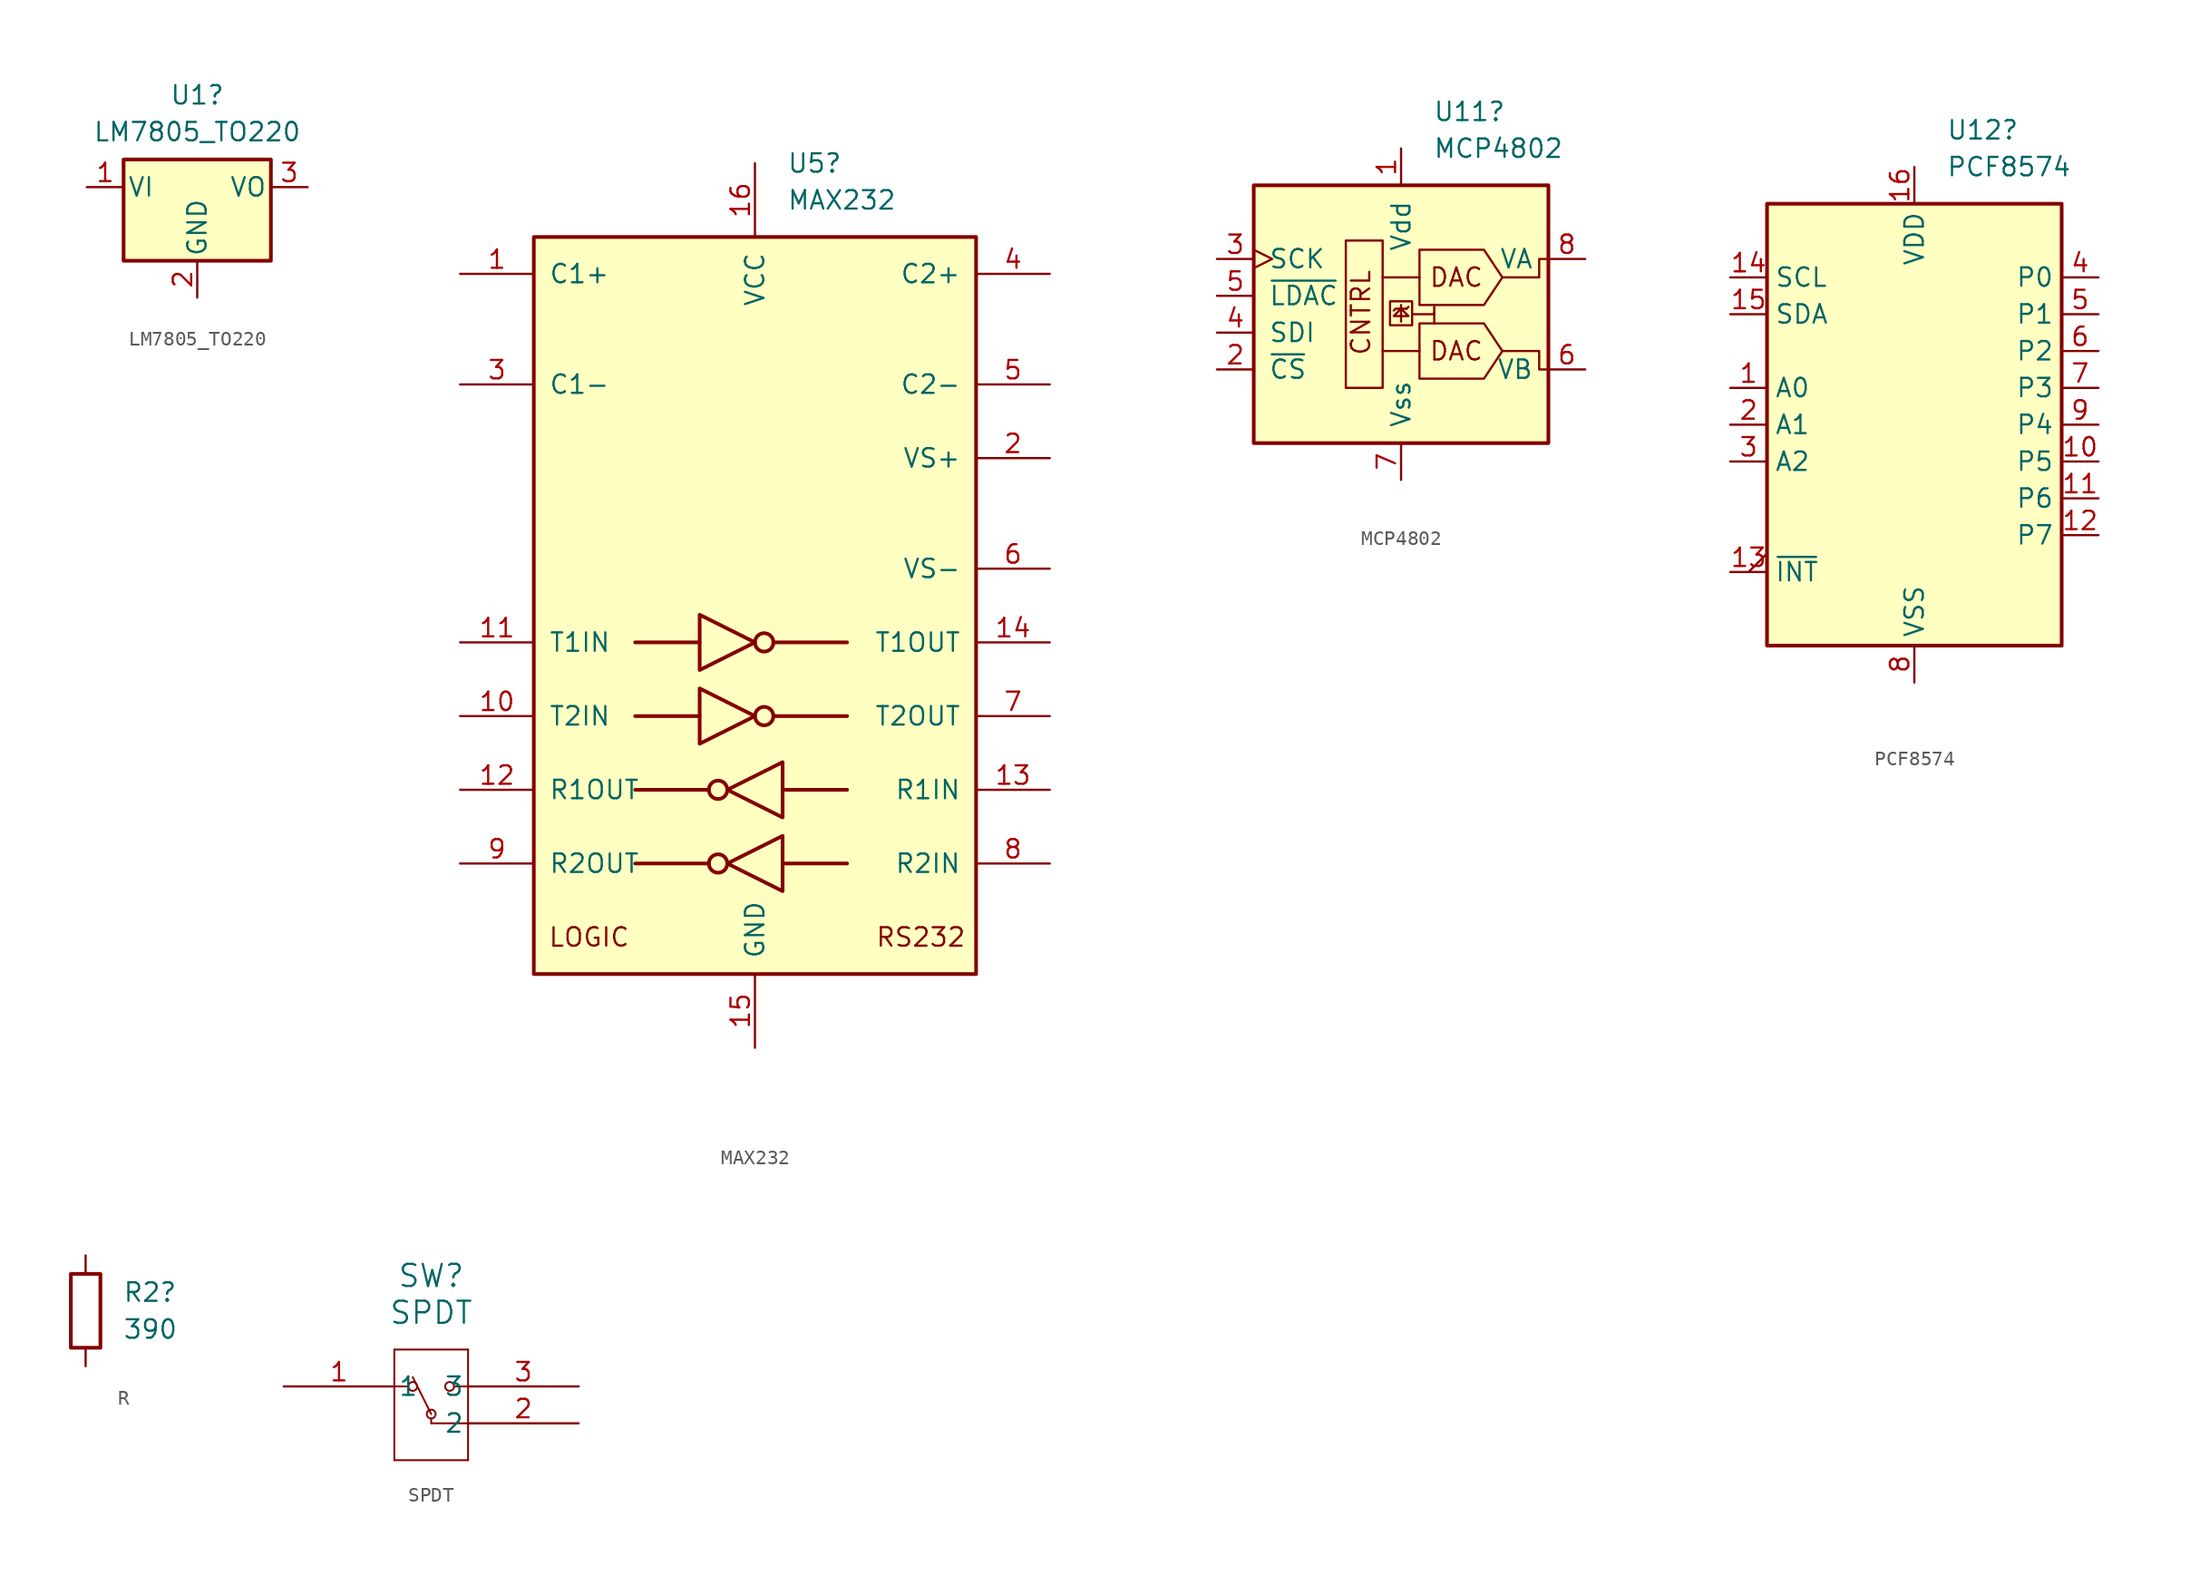
<source format=kicad_sym>
(kicad_symbol_lib
  (version 20231120)
  (generator "kicad_symbol_editor")
  (generator_version "8.0")
  (symbol "LM7805_TO220"
    (pin_names
      (offset 0.254))
    (property "Reference" "U1"
      (at 0 6.35 0)
      (effects (font (size 1.27 1.27))))
    (property "Value" "LM7805_TO220"
      (at 0 3.81 0)
      (effects (font (size 1.27 1.27))))
    (symbol "LM7805_TO220_0_1"
      (rectangle (start -5.08 1.905) (end 5.08 -5.08) (stroke (width 0.254) (type default)) (fill (type background))))
    (symbol "LM7805_TO220_1_1"
      (pin power_in line (at -7.62 0 0) (length 2.54) (name "VI" (effects (font (size 1.27 1.27)))) (number "1" (effects (font (size 1.27 1.27)))))
      (pin power_in line (at 0 -7.62 90) (length 2.54) (name "GND" (effects (font (size 1.27 1.27)))) (number "2" (effects (font (size 1.27 1.27)))))
      (pin power_out line (at 7.62 0 180) (length 2.54) (name "VO" (effects (font (size 1.27 1.27)))) (number "3" (effects (font (size 1.27 1.27)))))))
  (symbol "MAX232"
    (pin_names
      (offset 1.016))
    (property "Reference" "U5"
      (at 2.194 30.48 0)
      (effects (font (size 1.27 1.27)) (justify left)))
    (property "Value" "MAX232"
      (at 2.194 27.94 0)
      (effects (font (size 1.27 1.27)) (justify left)))
    (symbol "MAX232_0_0"
      (text "LOGIC" (at -11.43 -22.86 0) (effects (font (size 1.27 1.27))))
      (text "RS232" (at 11.43 -22.86 0) (effects (font (size 1.27 1.27)))))
    (symbol "MAX232_0_1"
      (rectangle (start -15.24 -25.4) (end 15.24 25.4) (stroke (width 0.254) (type default)) (fill (type background)))
      (circle (center -2.54 -17.78) (radius 0.635) (stroke (width 0.254) (type default)) (fill (type none)))
      (circle (center -2.54 -12.7) (radius 0.635) (stroke (width 0.254) (type default)) (fill (type none)))
      (polyline (pts (xy -3.81 -7.62) (xy -8.255 -7.62)) (stroke (width 0.254) (type default)) (fill (type none)))
      (polyline (pts (xy -3.81 -2.54) (xy -8.255 -2.54)) (stroke (width 0.254) (type default)) (fill (type none)))
      (polyline (pts (xy -3.175 -17.78) (xy -8.255 -17.78)) (stroke (width 0.254) (type default)) (fill (type none)))
      (polyline (pts (xy -3.175 -12.7) (xy -8.255 -12.7)) (stroke (width 0.254) (type default)) (fill (type none)))
      (polyline (pts (xy 1.27 -7.62) (xy 6.35 -7.62)) (stroke (width 0.254) (type default)) (fill (type none)))
      (polyline (pts (xy 1.27 -2.54) (xy 6.35 -2.54)) (stroke (width 0.254) (type default)) (fill (type none)))
      (polyline (pts (xy 1.905 -17.78) (xy 6.35 -17.78)) (stroke (width 0.254) (type default)) (fill (type none)))
      (polyline (pts (xy 1.905 -12.7) (xy 6.35 -12.7)) (stroke (width 0.254) (type default)) (fill (type none)))
      (polyline (pts (xy -3.81 -5.715) (xy -3.81 -9.525) (xy 0 -7.62) (xy -3.81 -5.715)) (stroke (width 0.254) (type default)) (fill (type none)))
      (polyline (pts (xy -3.81 -0.635) (xy -3.81 -4.445) (xy 0 -2.54) (xy -3.81 -0.635)) (stroke (width 0.254) (type default)) (fill (type none)))
      (polyline (pts (xy 1.905 -15.875) (xy 1.905 -19.685) (xy -1.905 -17.78) (xy 1.905 -15.875)) (stroke (width 0.254) (type default)) (fill (type none)))
      (polyline (pts (xy 1.905 -10.795) (xy 1.905 -14.605) (xy -1.905 -12.7) (xy 1.905 -10.795)) (stroke (width 0.254) (type default)) (fill (type none)))
      (circle (center 0.635 -7.62) (radius 0.635) (stroke (width 0.254) (type default)) (fill (type none)))
      (circle (center 0.635 -2.54) (radius 0.635) (stroke (width 0.254) (type default)) (fill (type none))))
    (symbol "MAX232_1_1"
      (pin passive line (at -20.32 22.86 0) (length 5.08) (name "C1+" (effects (font (size 1.27 1.27)))) (number "1" (effects (font (size 1.27 1.27)))))
      (pin input line (at -20.32 -7.62 0) (length 5.08) (name "T2IN" (effects (font (size 1.27 1.27)))) (number "10" (effects (font (size 1.27 1.27)))))
      (pin input line (at -20.32 -2.54 0) (length 5.08) (name "T1IN" (effects (font (size 1.27 1.27)))) (number "11" (effects (font (size 1.27 1.27)))))
      (pin output line (at -20.32 -12.7 0) (length 5.08) (name "R1OUT" (effects (font (size 1.27 1.27)))) (number "12" (effects (font (size 1.27 1.27)))))
      (pin input line (at 20.32 -12.7 180) (length 5.08) (name "R1IN" (effects (font (size 1.27 1.27)))) (number "13" (effects (font (size 1.27 1.27)))))
      (pin output line (at 20.32 -2.54 180) (length 5.08) (name "T1OUT" (effects (font (size 1.27 1.27)))) (number "14" (effects (font (size 1.27 1.27)))))
      (pin power_in line (at 0 -30.48 90) (length 5.08) (name "GND" (effects (font (size 1.27 1.27)))) (number "15" (effects (font (size 1.27 1.27)))))
      (pin power_in line (at 0 30.48 270) (length 5.08) (name "VCC" (effects (font (size 1.27 1.27)))) (number "16" (effects (font (size 1.27 1.27)))))
      (pin power_out line (at 20.32 10.16 180) (length 5.08) (name "VS+" (effects (font (size 1.27 1.27)))) (number "2" (effects (font (size 1.27 1.27)))))
      (pin passive line (at -20.32 15.24 0) (length 5.08) (name "C1-" (effects (font (size 1.27 1.27)))) (number "3" (effects (font (size 1.27 1.27)))))
      (pin passive line (at 20.32 22.86 180) (length 5.08) (name "C2+" (effects (font (size 1.27 1.27)))) (number "4" (effects (font (size 1.27 1.27)))))
      (pin passive line (at 20.32 15.24 180) (length 5.08) (name "C2-" (effects (font (size 1.27 1.27)))) (number "5" (effects (font (size 1.27 1.27)))))
      (pin power_out line (at 20.32 2.54 180) (length 5.08) (name "VS-" (effects (font (size 1.27 1.27)))) (number "6" (effects (font (size 1.27 1.27)))))
      (pin output line (at 20.32 -7.62 180) (length 5.08) (name "T2OUT" (effects (font (size 1.27 1.27)))) (number "7" (effects (font (size 1.27 1.27)))))
      (pin input line (at 20.32 -17.78 180) (length 5.08) (name "R2IN" (effects (font (size 1.27 1.27)))) (number "8" (effects (font (size 1.27 1.27)))))
      (pin output line (at -20.32 -17.78 0) (length 5.08) (name "R2OUT" (effects (font (size 1.27 1.27)))) (number "9" (effects (font (size 1.27 1.27)))))))
  (symbol "MCP4802"
    (pin_names
      (offset 1.016))
    (property "Reference" "U11"
      (at 2.194 12.7 0)
      (effects (font (size 1.27 1.27)) (justify left)))
    (property "Value" "MCP4802"
      (at 2.194 10.16 0)
      (effects (font (size 1.27 1.27)) (justify left)))
    (symbol "MCP4802_0_0"
      (polyline (pts (xy 0 -1.778) (xy 0 -0.635)) (stroke (width 0) (type default)) (fill (type none)))
      (polyline (pts (xy 0.381 -0.889) (xy 0.508 -0.762)) (stroke (width 0) (type default)) (fill (type none)))
      (polyline (pts (xy 2.286 -1.143) (xy 2.286 -1.905)) (stroke (width 0) (type default)) (fill (type none)))
      (polyline (pts (xy 0.381 -0.889) (xy -0.381 -0.889) (xy -0.508 -1.016)) (stroke (width 0) (type default)) (fill (type none)))
      (polyline (pts (xy 0.762 -1.27) (xy 2.286 -1.27) (xy 2.286 -0.762)) (stroke (width 0) (type default)) (fill (type none)))
      (polyline (pts (xy 0 -0.889) (xy 0.508 -1.397) (xy -0.508 -1.397) (xy 0 -0.889)) (stroke (width 0) (type default)) (fill (type none)))
      (polyline (pts (xy 6.985 -3.81) (xy 9.525 -3.81) (xy 9.525 -5.08) (xy 10.16 -5.08)) (stroke (width 0) (type default)) (fill (type none)))
      (polyline (pts (xy 6.985 1.27) (xy 9.525 1.27) (xy 9.525 2.54) (xy 10.16 2.54)) (stroke (width 0) (type default)) (fill (type none)))
      (rectangle (start 0.762 -0.381) (end -0.762 -2.032) (stroke (width 0) (type default)) (fill (type none)))
      (text "CNTRL" (at -2.032 -4.191 900) (effects (font (size 1.27 1.27)) (justify left bottom)))
      (text "DAC" (at 3.81 -3.81 0) (effects (font (size 1.27 1.27))))
      (text "DAC" (at 3.81 1.27 0) (effects (font (size 1.27 1.27)))))
    (symbol "MCP4802_0_1"
      (rectangle (start -10.16 7.62) (end 10.16 -10.16) (stroke (width 0.254) (type default)) (fill (type background)))
      (rectangle (start -1.27 -6.35) (end -3.81 3.81) (stroke (width 0) (type default)) (fill (type none)))
      (polyline (pts (xy 1.27 -3.81) (xy -1.27 -3.81)) (stroke (width 0) (type default)) (fill (type none)))
      (polyline (pts (xy 1.27 1.27) (xy -1.27 1.27)) (stroke (width 0) (type default)) (fill (type none)))
      (polyline (pts (xy 6.985 -3.81) (xy 5.715 -1.905) (xy 1.27 -1.905) (xy 1.27 -5.715) (xy 5.715 -5.715) (xy 6.985 -3.81)) (stroke (width 0) (type default)) (fill (type none)))
      (polyline (pts (xy 6.985 1.27) (xy 5.715 3.175) (xy 1.27 3.175) (xy 1.27 -0.635) (xy 5.715 -0.635) (xy 6.985 1.27)) (stroke (width 0) (type default)) (fill (type none))))
    (symbol "MCP4802_1_1"
      (pin power_in line (at 0 10.16 270) (length 2.54) (name "Vdd" (effects (font (size 1.27 1.27)))) (number "1" (effects (font (size 1.27 1.27)))))
      (pin input line (at -12.7 -5.08 0) (length 2.54) (name "~{CS}" (effects (font (size 1.27 1.27)))) (number "2" (effects (font (size 1.27 1.27)))))
      (pin input clock (at -12.7 2.54 0) (length 2.54) (name "SCK" (effects (font (size 1.27 1.27)))) (number "3" (effects (font (size 1.27 1.27)))))
      (pin input line (at -12.7 -2.54 0) (length 2.54) (name "SDI" (effects (font (size 1.27 1.27)))) (number "4" (effects (font (size 1.27 1.27)))))
      (pin input line (at -12.7 0 0) (length 2.54) (name "~{LDAC}" (effects (font (size 1.27 1.27)))) (number "5" (effects (font (size 1.27 1.27)))))
      (pin output line (at 12.7 -5.08 180) (length 2.54) (name "VB" (effects (font (size 1.27 1.27)))) (number "6" (effects (font (size 1.27 1.27)))))
      (pin power_in line (at 0 -12.7 90) (length 2.54) (name "Vss" (effects (font (size 1.27 1.27)))) (number "7" (effects (font (size 1.27 1.27)))))
      (pin output line (at 12.7 2.54 180) (length 2.54) (name "VA" (effects (font (size 1.27 1.27)))) (number "8" (effects (font (size 1.27 1.27)))))))
  (symbol "PCF8574"
    (property "Reference" "U12"
      (at 2.194 20.32 0)
      (effects (font (size 1.27 1.27)) (justify left)))
    (property "Value" "PCF8574"
      (at 2.194 17.78 0)
      (effects (font (size 1.27 1.27)) (justify left)))
    (symbol "PCF8574_0_1"
      (rectangle (start -10.16 15.24) (end 10.16 -15.24) (stroke (width 0.254) (type default)) (fill (type background))))
    (symbol "PCF8574_1_1"
      (pin input line (at -12.7 2.54 0) (length 2.54) (name "A0" (effects (font (size 1.27 1.27)))) (number "1" (effects (font (size 1.27 1.27)))))
      (pin bidirectional line (at 12.7 -2.54 180) (length 2.54) (name "P5" (effects (font (size 1.27 1.27)))) (number "10" (effects (font (size 1.27 1.27)))))
      (pin bidirectional line (at 12.7 -5.08 180) (length 2.54) (name "P6" (effects (font (size 1.27 1.27)))) (number "11" (effects (font (size 1.27 1.27)))))
      (pin bidirectional line (at 12.7 -7.62 180) (length 2.54) (name "P7" (effects (font (size 1.27 1.27)))) (number "12" (effects (font (size 1.27 1.27)))))
      (pin open_collector output_low (at -12.7 -10.16 0) (length 2.54) (name "~{INT}" (effects (font (size 1.27 1.27)))) (number "13" (effects (font (size 1.27 1.27)))))
      (pin input line (at -12.7 10.16 0) (length 2.54) (name "SCL" (effects (font (size 1.27 1.27)))) (number "14" (effects (font (size 1.27 1.27)))))
      (pin bidirectional line (at -12.7 7.62 0) (length 2.54) (name "SDA" (effects (font (size 1.27 1.27)))) (number "15" (effects (font (size 1.27 1.27)))))
      (pin power_in line (at 0 17.78 270) (length 2.54) (name "VDD" (effects (font (size 1.27 1.27)))) (number "16" (effects (font (size 1.27 1.27)))))
      (pin input line (at -12.7 0 0) (length 2.54) (name "A1" (effects (font (size 1.27 1.27)))) (number "2" (effects (font (size 1.27 1.27)))))
      (pin input line (at -12.7 -2.54 0) (length 2.54) (name "A2" (effects (font (size 1.27 1.27)))) (number "3" (effects (font (size 1.27 1.27)))))
      (pin bidirectional line (at 12.7 10.16 180) (length 2.54) (name "P0" (effects (font (size 1.27 1.27)))) (number "4" (effects (font (size 1.27 1.27)))))
      (pin bidirectional line (at 12.7 7.62 180) (length 2.54) (name "P1" (effects (font (size 1.27 1.27)))) (number "5" (effects (font (size 1.27 1.27)))))
      (pin bidirectional line (at 12.7 5.08 180) (length 2.54) (name "P2" (effects (font (size 1.27 1.27)))) (number "6" (effects (font (size 1.27 1.27)))))
      (pin bidirectional line (at 12.7 2.54 180) (length 2.54) (name "P3" (effects (font (size 1.27 1.27)))) (number "7" (effects (font (size 1.27 1.27)))))
      (pin power_in line (at 0 -17.78 90) (length 2.54) (name "VSS" (effects (font (size 1.27 1.27)))) (number "8" (effects (font (size 1.27 1.27)))))
      (pin bidirectional line (at 12.7 0 180) (length 2.54) (name "P4" (effects (font (size 1.27 1.27)))) (number "9" (effects (font (size 1.27 1.27)))))))
  (symbol "R"
    (pin_numbers hide)
    (pin_names
      (offset 0))
    (property "Reference" "R2"
      (at 2.54 1.27 0)
      (effects (font (size 1.27 1.27)) (justify left)))
    (property "Value" "390"
      (at 2.54 -1.27 0)
      (effects (font (size 1.27 1.27)) (justify left)))
    (symbol "R_0_1"
      (rectangle (start -1.016 -2.54) (end 1.016 2.54) (stroke (width 0.254) (type default)) (fill (type none))))
    (symbol "R_1_1"
      (pin passive line (at 0 3.81 270) (length 1.27) (name "~" (effects (font (size 1.27 1.27)))) (number "1" (effects (font (size 1.27 1.27)))))
      (pin passive line (at 0 -3.81 90) (length 1.27) (name "~" (effects (font (size 1.27 1.27)))) (number "2" (effects (font (size 1.27 1.27)))))))
  (symbol "SPDT"
    (pin_names
      (offset 0.254))
    (property "Reference" "SW"
      (at 10.16 7.62 0)
      (effects (font (size 1.524 1.524))))
    (property "Value" "SPDT"
      (at 10.16 5.08 0)
      (effects (font (size 1.524 1.524))))
    (property "ki_locked" ""
      (at 0 0 0)
      (effects (font (size 1.27 1.27))))
    (symbol "SPDT_0_1"
      (polyline (pts (xy 7.62 -5.08) (xy 12.7 -5.08)) (stroke (width 0.127) (type default)) (fill (type none)))
      (polyline (pts (xy 7.62 0) (xy 8.572 0)) (stroke (width 0.127) (type default)) (fill (type none)))
      (polyline (pts (xy 7.62 2.54) (xy 7.62 -5.08)) (stroke (width 0.127) (type default)) (fill (type none)))
      (polyline (pts (xy 10.16 -2.54) (xy 10.16 -2.21)) (stroke (width 0.127) (type default)) (fill (type none)))
      (polyline (pts (xy 10.16 -2.54) (xy 12.7 -2.54)) (stroke (width 0.127) (type default)) (fill (type none)))
      (polyline (pts (xy 10.16 -1.905) (xy 8.89 0.635)) (stroke (width 0.127) (type default)) (fill (type none)))
      (polyline (pts (xy 11.748 0) (xy 12.7 0)) (stroke (width 0.127) (type default)) (fill (type none)))
      (polyline (pts (xy 12.7 -5.08) (xy 12.7 2.54)) (stroke (width 0.127) (type default)) (fill (type none)))
      (polyline (pts (xy 12.7 2.54) (xy 7.62 2.54)) (stroke (width 0.127) (type default)) (fill (type none)))
      (circle (center 8.89 0) (radius 0.305) (stroke (width 0.127) (type default)) (fill (type none)))
      (circle (center 10.16 -1.905) (radius 0.305) (stroke (width 0.127) (type default)) (fill (type none)))
      (circle (center 11.43 0) (radius 0.305) (stroke (width 0.127) (type default)) (fill (type none)))
      (pin unspecified line (at 20.32 -2.54 180) (length 7.62) (name "2" (effects (font (size 1.27 1.27)))) (number "2" (effects (font (size 1.27 1.27))))))
    (symbol "SPDT_1_1"
      (pin passive line (at 0 0 0) (length 7.62) (name "1" (effects (font (size 1.27 1.27)))) (number "1" (effects (font (size 1.27 1.27)))))
      (pin unspecified line (at 20.32 0 180) (length 7.62) (name "3" (effects (font (size 1.27 1.27)))) (number "3" (effects (font (size 1.27 1.27))))))))
</source>
